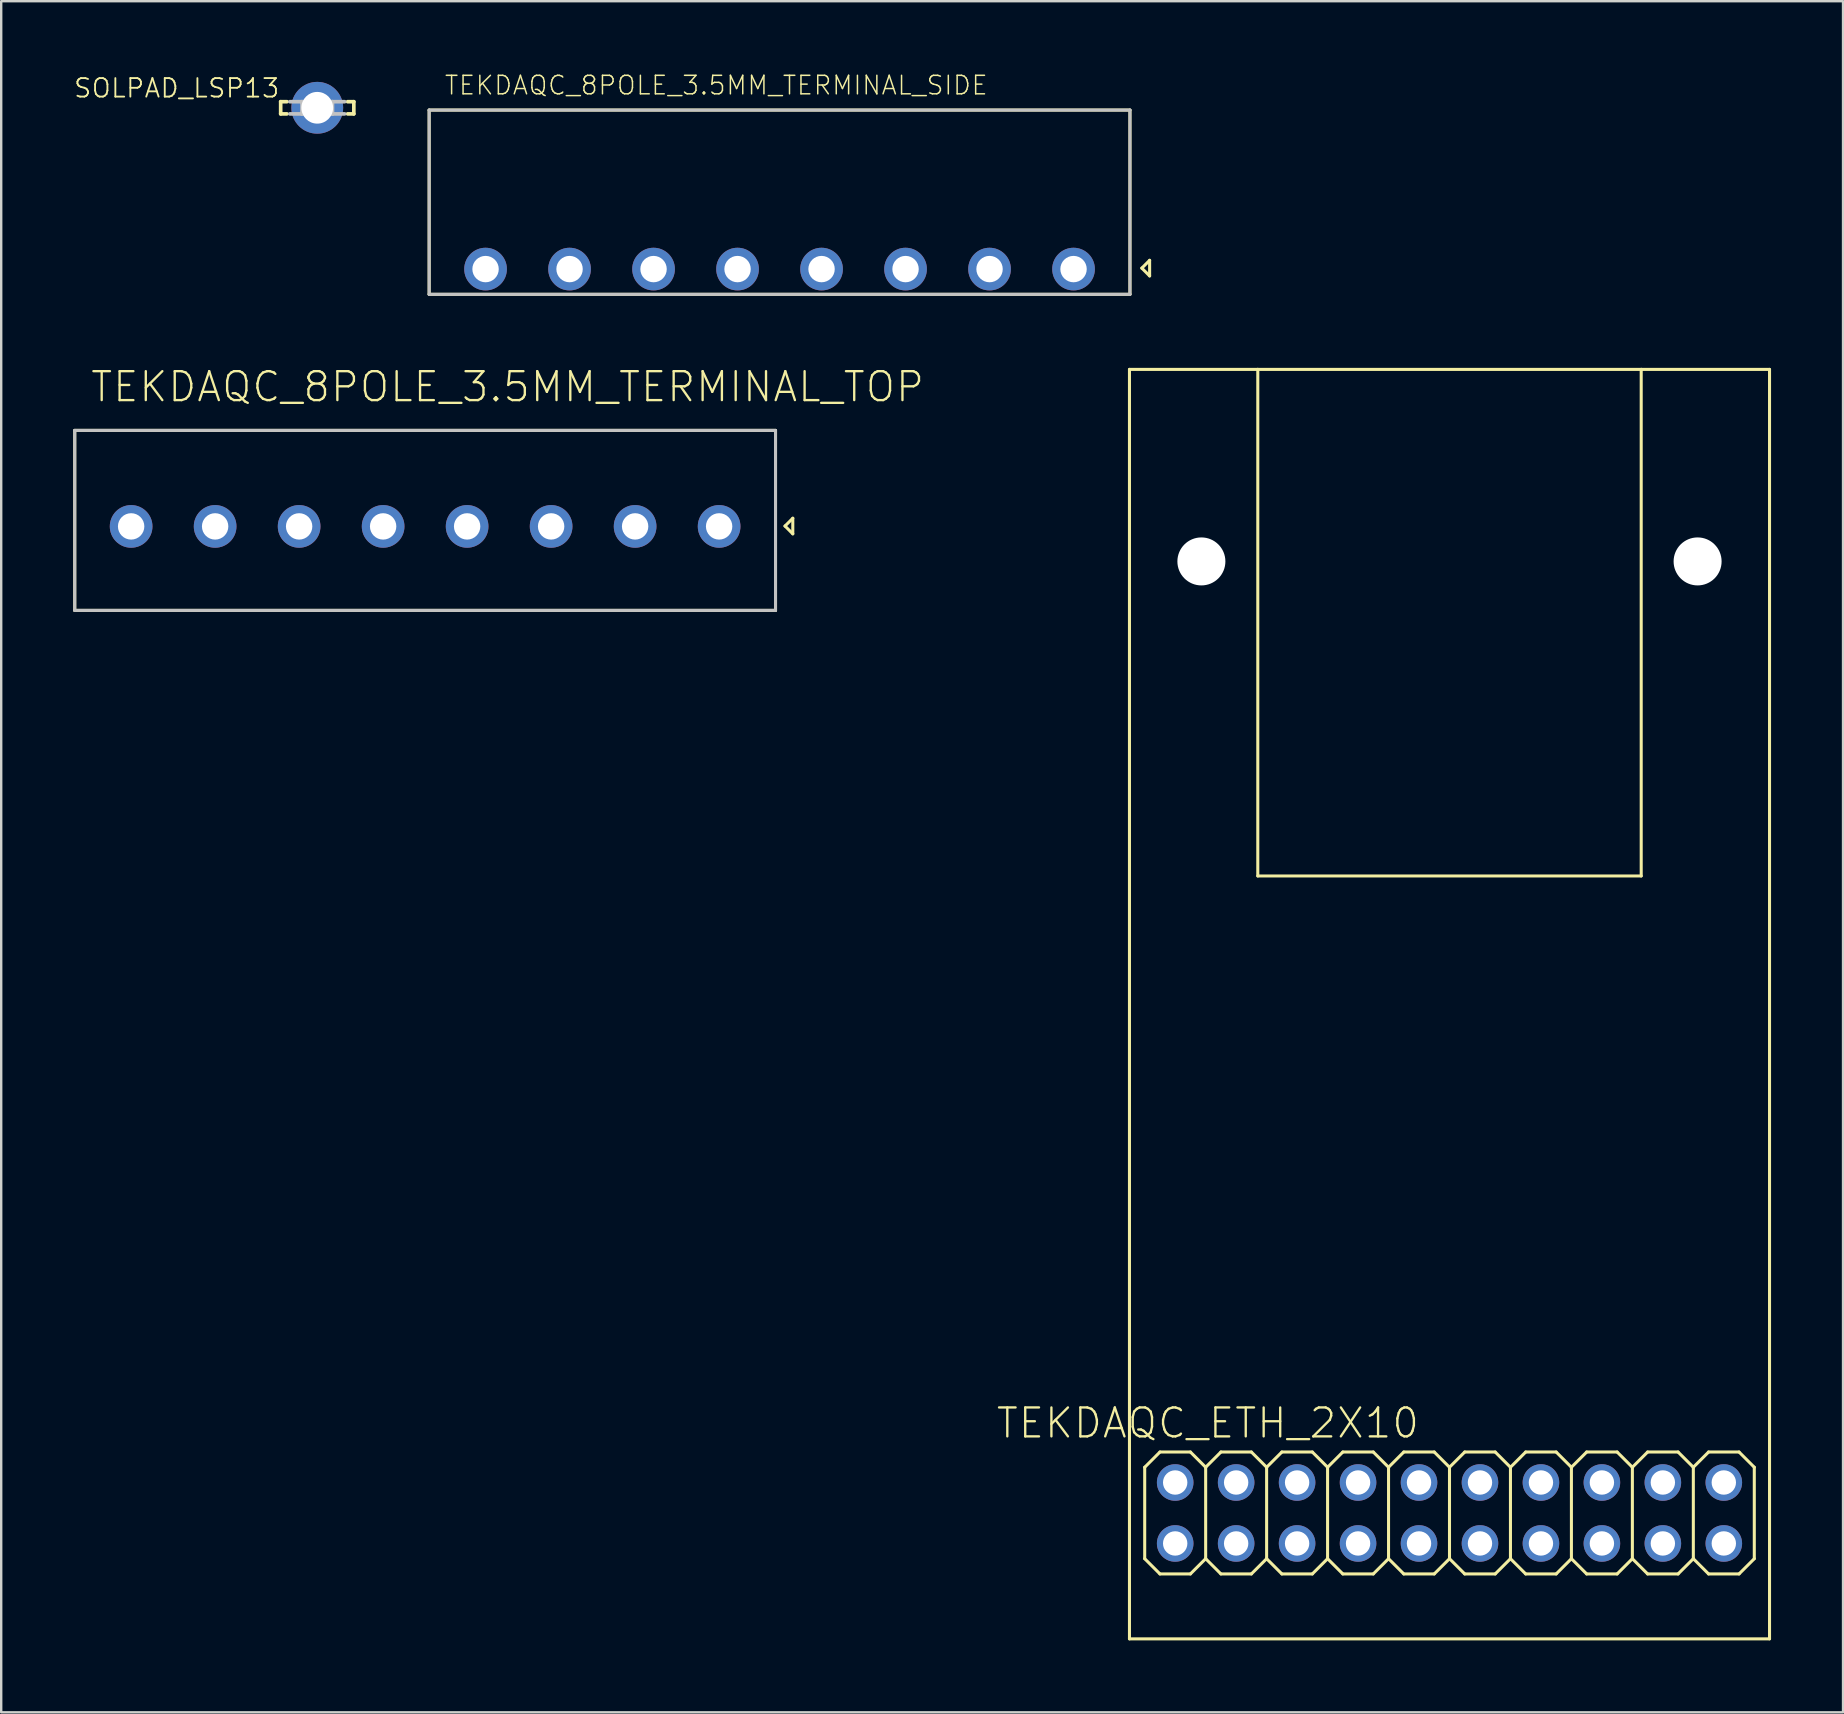
<source format=kicad_pcb>
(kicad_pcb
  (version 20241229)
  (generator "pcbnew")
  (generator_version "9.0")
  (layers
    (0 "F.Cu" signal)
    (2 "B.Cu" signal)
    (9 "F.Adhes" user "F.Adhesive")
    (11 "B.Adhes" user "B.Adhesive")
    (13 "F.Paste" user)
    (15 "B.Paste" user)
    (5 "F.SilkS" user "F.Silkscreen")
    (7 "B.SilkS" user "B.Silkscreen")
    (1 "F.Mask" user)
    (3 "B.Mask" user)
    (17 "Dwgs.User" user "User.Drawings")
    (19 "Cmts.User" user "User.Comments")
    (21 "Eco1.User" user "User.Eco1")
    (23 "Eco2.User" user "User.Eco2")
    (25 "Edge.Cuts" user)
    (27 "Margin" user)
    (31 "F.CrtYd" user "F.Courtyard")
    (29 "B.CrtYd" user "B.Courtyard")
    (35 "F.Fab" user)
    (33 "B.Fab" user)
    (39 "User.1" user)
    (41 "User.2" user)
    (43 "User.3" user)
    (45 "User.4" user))
  (footprint "TEKDAQC_ETH_2X10"
    (layer "F.Cu")
    (at 57.347 59.992)
    (property "Reference" "TEKDAQC_ETH_2X10" (at -1.19 -4.45 0) (layer "F.SilkS") (effects (font (size 1.206 1.206) (thickness 0.097)) (justify right top)))
    (attr through_hole)
    (fp_line (start -13.335 -47.65) (end -7.988 -47.65) (stroke (width 0.127) (type solid)) (layer "F.SilkS"))
    (fp_line (start -13.335 5.245) (end -13.335 -47.65) (stroke (width 0.127) (type solid)) (layer "F.SilkS"))
    (fp_line (start -13.335 5.245) (end 13.335 5.245) (stroke (width 0.127) (type solid)) (layer "F.SilkS"))
    (fp_line (start -12.7 -1.905) (end -12.7 1.905) (stroke (width 0.127) (type solid)) (layer "F.SilkS"))
    (fp_line (start -12.7 1.905) (end -12.065 2.54) (stroke (width 0.127) (type solid)) (layer "F.SilkS"))
    (fp_line (start -12.065 -2.54) (end -12.7 -1.905) (stroke (width 0.127) (type solid)) (layer "F.SilkS"))
    (fp_line (start -12.065 2.54) (end -10.795 2.54) (stroke (width 0.127) (type solid)) (layer "F.SilkS"))
    (fp_line (start -10.795 -2.54) (end -12.065 -2.54) (stroke (width 0.127) (type solid)) (layer "F.SilkS"))
    (fp_line (start -10.795 2.54) (end -10.16 1.905) (stroke (width 0.127) (type solid)) (layer "F.SilkS"))
    (fp_line (start -10.16 -1.905) (end -10.795 -2.54) (stroke (width 0.127) (type solid)) (layer "F.SilkS"))
    (fp_line (start -10.16 -1.905) (end -9.525 -2.54) (stroke (width 0.127) (type solid)) (layer "F.SilkS"))
    (fp_line (start -10.16 1.905) (end -10.16 -1.905) (stroke (width 0.127) (type solid)) (layer "F.SilkS"))
    (fp_line (start -9.525 -2.54) (end -8.255 -2.54) (stroke (width 0.127) (type solid)) (layer "F.SilkS"))
    (fp_line (start -9.525 2.54) (end -10.16 1.905) (stroke (width 0.127) (type solid)) (layer "F.SilkS"))
    (fp_line (start -8.255 -2.54) (end -7.62 -1.905) (stroke (width 0.127) (type solid)) (layer "F.SilkS"))
    (fp_line (start -8.255 2.54) (end -9.525 2.54) (stroke (width 0.127) (type solid)) (layer "F.SilkS"))
    (fp_line (start -7.988 -47.65) (end -7.988 -26.543) (stroke (width 0.127) (type solid)) (layer "F.SilkS"))
    (fp_line (start -7.988 -47.65) (end 7.988 -47.65) (stroke (width 0.127) (type solid)) (layer "F.SilkS"))
    (fp_line (start -7.988 -26.543) (end 7.988 -26.543) (stroke (width 0.127) (type solid)) (layer "F.SilkS"))
    (fp_line (start -7.62 -1.905) (end -7.62 1.905) (stroke (width 0.127) (type solid)) (layer "F.SilkS"))
    (fp_line (start -7.62 -1.905) (end -6.985 -2.54) (stroke (width 0.127) (type solid)) (layer "F.SilkS"))
    (fp_line (start -7.62 1.905) (end -8.255 2.54) (stroke (width 0.127) (type solid)) (layer "F.SilkS"))
    (fp_line (start -6.985 -2.54) (end -5.715 -2.54) (stroke (width 0.127) (type solid)) (layer "F.SilkS"))
    (fp_line (start -6.985 2.54) (end -7.62 1.905) (stroke (width 0.127) (type solid)) (layer "F.SilkS"))
    (fp_line (start -5.715 -2.54) (end -5.08 -1.905) (stroke (width 0.127) (type solid)) (layer "F.SilkS"))
    (fp_line (start -5.715 2.54) (end -6.985 2.54) (stroke (width 0.127) (type solid)) (layer "F.SilkS"))
    (fp_line (start -5.08 -1.905) (end -5.08 1.905) (stroke (width 0.127) (type solid)) (layer "F.SilkS"))
    (fp_line (start -5.08 -1.905) (end -4.445 -2.54) (stroke (width 0.127) (type solid)) (layer "F.SilkS"))
    (fp_line (start -5.08 1.905) (end -5.715 2.54) (stroke (width 0.127) (type solid)) (layer "F.SilkS"))
    (fp_line (start -4.445 -2.54) (end -3.175 -2.54) (stroke (width 0.127) (type solid)) (layer "F.SilkS"))
    (fp_line (start -4.445 2.54) (end -5.08 1.905) (stroke (width 0.127) (type solid)) (layer "F.SilkS"))
    (fp_line (start -3.175 -2.54) (end -2.54 -1.905) (stroke (width 0.127) (type solid)) (layer "F.SilkS"))
    (fp_line (start -3.175 2.54) (end -4.445 2.54) (stroke (width 0.127) (type solid)) (layer "F.SilkS"))
    (fp_line (start -2.54 -1.905) (end -2.54 1.905) (stroke (width 0.127) (type solid)) (layer "F.SilkS"))
    (fp_line (start -2.54 -1.905) (end -1.905 -2.54) (stroke (width 0.127) (type solid)) (layer "F.SilkS"))
    (fp_line (start -2.54 1.905) (end -3.175 2.54) (stroke (width 0.127) (type solid)) (layer "F.SilkS"))
    (fp_line (start -1.905 -2.54) (end -0.635 -2.54) (stroke (width 0.127) (type solid)) (layer "F.SilkS"))
    (fp_line (start -1.905 2.54) (end -2.54 1.905) (stroke (width 0.127) (type solid)) (layer "F.SilkS"))
    (fp_line (start -0.635 -2.54) (end 0 -1.905) (stroke (width 0.127) (type solid)) (layer "F.SilkS"))
    (fp_line (start -0.635 2.54) (end -1.905 2.54) (stroke (width 0.127) (type solid)) (layer "F.SilkS"))
    (fp_line (start 0 -1.905) (end 0 1.905) (stroke (width 0.127) (type solid)) (layer "F.SilkS"))
    (fp_line (start 0 -1.905) (end 0.635 -2.54) (stroke (width 0.127) (type solid)) (layer "F.SilkS"))
    (fp_line (start 0 1.905) (end -0.635 2.54) (stroke (width 0.127) (type solid)) (layer "F.SilkS"))
    (fp_line (start 0.635 -2.54) (end 1.905 -2.54) (stroke (width 0.127) (type solid)) (layer "F.SilkS"))
    (fp_line (start 0.635 2.54) (end 0 1.905) (stroke (width 0.127) (type solid)) (layer "F.SilkS"))
    (fp_line (start 1.905 -2.54) (end 2.54 -1.905) (stroke (width 0.127) (type solid)) (layer "F.SilkS"))
    (fp_line (start 1.905 2.54) (end 0.635 2.54) (stroke (width 0.127) (type solid)) (layer "F.SilkS"))
    (fp_line (start 2.54 -1.905) (end 2.54 1.905) (stroke (width 0.127) (type solid)) (layer "F.SilkS"))
    (fp_line (start 2.54 -1.905) (end 3.175 -2.54) (stroke (width 0.127) (type solid)) (layer "F.SilkS"))
    (fp_line (start 2.54 1.905) (end 1.905 2.54) (stroke (width 0.127) (type solid)) (layer "F.SilkS"))
    (fp_line (start 3.175 -2.54) (end 4.445 -2.54) (stroke (width 0.127) (type solid)) (layer "F.SilkS"))
    (fp_line (start 3.175 2.54) (end 2.54 1.905) (stroke (width 0.127) (type solid)) (layer "F.SilkS"))
    (fp_line (start 4.445 -2.54) (end 5.08 -1.905) (stroke (width 0.127) (type solid)) (layer "F.SilkS"))
    (fp_line (start 4.445 2.54) (end 3.175 2.54) (stroke (width 0.127) (type solid)) (layer "F.SilkS"))
    (fp_line (start 5.08 -1.905) (end 5.08 1.905) (stroke (width 0.127) (type solid)) (layer "F.SilkS"))
    (fp_line (start 5.08 -1.905) (end 5.715 -2.54) (stroke (width 0.127) (type solid)) (layer "F.SilkS"))
    (fp_line (start 5.08 1.905) (end 4.445 2.54) (stroke (width 0.127) (type solid)) (layer "F.SilkS"))
    (fp_line (start 5.715 -2.54) (end 6.985 -2.54) (stroke (width 0.127) (type solid)) (layer "F.SilkS"))
    (fp_line (start 5.715 2.54) (end 5.08 1.905) (stroke (width 0.127) (type solid)) (layer "F.SilkS"))
    (fp_line (start 6.985 -2.54) (end 7.62 -1.905) (stroke (width 0.127) (type solid)) (layer "F.SilkS"))
    (fp_line (start 6.985 2.54) (end 5.715 2.54) (stroke (width 0.127) (type solid)) (layer "F.SilkS"))
    (fp_line (start 7.62 -1.905) (end 7.62 1.905) (stroke (width 0.127) (type solid)) (layer "F.SilkS"))
    (fp_line (start 7.62 -1.905) (end 8.255 -2.54) (stroke (width 0.127) (type solid)) (layer "F.SilkS"))
    (fp_line (start 7.62 1.905) (end 6.985 2.54) (stroke (width 0.127) (type solid)) (layer "F.SilkS"))
    (fp_line (start 7.988 -47.65) (end 13.335 -47.65) (stroke (width 0.127) (type solid)) (layer "F.SilkS"))
    (fp_line (start 7.988 -26.543) (end 7.988 -47.65) (stroke (width 0.127) (type solid)) (layer "F.SilkS"))
    (fp_line (start 8.255 -2.54) (end 9.525 -2.54) (stroke (width 0.127) (type solid)) (layer "F.SilkS"))
    (fp_line (start 8.255 2.54) (end 7.62 1.905) (stroke (width 0.127) (type solid)) (layer "F.SilkS"))
    (fp_line (start 9.525 -2.54) (end 10.16 -1.905) (stroke (width 0.127) (type solid)) (layer "F.SilkS"))
    (fp_line (start 9.525 2.54) (end 8.255 2.54) (stroke (width 0.127) (type solid)) (layer "F.SilkS"))
    (fp_line (start 10.16 -1.905) (end 10.16 1.905) (stroke (width 0.127) (type solid)) (layer "F.SilkS"))
    (fp_line (start 10.16 -1.905) (end 10.795 -2.54) (stroke (width 0.127) (type solid)) (layer "F.SilkS"))
    (fp_line (start 10.16 1.905) (end 9.525 2.54) (stroke (width 0.127) (type solid)) (layer "F.SilkS"))
    (fp_line (start 10.795 -2.54) (end 12.065 -2.54) (stroke (width 0.127) (type solid)) (layer "F.SilkS"))
    (fp_line (start 10.795 2.54) (end 10.16 1.905) (stroke (width 0.127) (type solid)) (layer "F.SilkS"))
    (fp_line (start 12.065 -2.54) (end 12.7 -1.905) (stroke (width 0.127) (type solid)) (layer "F.SilkS"))
    (fp_line (start 12.065 2.54) (end 10.795 2.54) (stroke (width 0.127) (type solid)) (layer "F.SilkS"))
    (fp_line (start 12.7 -1.905) (end 12.7 1.905) (stroke (width 0.127) (type solid)) (layer "F.SilkS"))
    (fp_line (start 12.7 1.905) (end 12.065 2.54) (stroke (width 0.127) (type solid)) (layer "F.SilkS"))
    (fp_line (start 13.335 -47.65) (end 13.335 5.245) (stroke (width 0.127) (type solid)) (layer "F.SilkS"))
    (pad "" np_thru_hole circle (at -10.338 -39.649 270) (size 2 2) (drill 2) (layers "*.Cu"))
    (pad "" np_thru_hole circle (at 10.338 -39.649 270) (size 2 2) (drill 2) (layers "*.Cu"))
    (pad "1" thru_hole circle (at -11.43 1.27 270) (size 1.524 1.524) (drill 1.016) (layers "*.Cu" "*.Mask"))
    (pad "2" thru_hole circle (at -11.43 -1.27 270) (size 1.524 1.524) (drill 1.016) (layers "*.Cu" "*.Mask"))
    (pad "3" thru_hole circle (at -8.89 1.27 270) (size 1.524 1.524) (drill 1.016) (layers "*.Cu" "*.Mask"))
    (pad "4" thru_hole circle (at -8.89 -1.27 270) (size 1.524 1.524) (drill 1.016) (layers "*.Cu" "*.Mask"))
    (pad "5" thru_hole circle (at -6.35 1.27 270) (size 1.524 1.524) (drill 1.016) (layers "*.Cu" "*.Mask"))
    (pad "6" thru_hole circle (at -6.35 -1.27 270) (size 1.524 1.524) (drill 1.016) (layers "*.Cu" "*.Mask"))
    (pad "7" thru_hole circle (at -3.81 1.27 270) (size 1.524 1.524) (drill 1.016) (layers "*.Cu" "*.Mask"))
    (pad "8" thru_hole circle (at -3.81 -1.27 270) (size 1.524 1.524) (drill 1.016) (layers "*.Cu" "*.Mask"))
    (pad "9" thru_hole circle (at -1.27 1.27 270) (size 1.524 1.524) (drill 1.016) (layers "*.Cu" "*.Mask"))
    (pad "10" thru_hole circle (at -1.27 -1.27 270) (size 1.524 1.524) (drill 1.016) (layers "*.Cu" "*.Mask"))
    (pad "11" thru_hole circle (at 1.27 1.27 270) (size 1.524 1.524) (drill 1.016) (layers "*.Cu" "*.Mask"))
    (pad "12" thru_hole circle (at 1.27 -1.27 270) (size 1.524 1.524) (drill 1.016) (layers "*.Cu" "*.Mask"))
    (pad "13" thru_hole circle (at 3.81 1.27 270) (size 1.524 1.524) (drill 1.016) (layers "*.Cu" "*.Mask"))
    (pad "14" thru_hole circle (at 3.81 -1.27 270) (size 1.524 1.524) (drill 1.016) (layers "*.Cu" "*.Mask"))
    (pad "15" thru_hole circle (at 6.35 1.27 270) (size 1.524 1.524) (drill 1.016) (layers "*.Cu" "*.Mask"))
    (pad "16" thru_hole circle (at 6.35 -1.27 270) (size 1.524 1.524) (drill 1.016) (layers "*.Cu" "*.Mask"))
    (pad "17" thru_hole circle (at 8.89 1.27 270) (size 1.524 1.524) (drill 1.016) (layers "*.Cu" "*.Mask"))
    (pad "18" thru_hole circle (at 8.89 -1.27 270) (size 1.524 1.524) (drill 1.016) (layers "*.Cu" "*.Mask"))
    (pad "19" thru_hole circle (at 11.43 1.27 270) (size 1.524 1.524) (drill 1.016) (layers "*.Cu" "*.Mask"))
    (pad "20" thru_hole circle (at 11.43 -1.27 270) (size 1.524 1.524) (drill 1.016) (layers "*.Cu" "*.Mask")))
  (footprint "SOLPAD_LSP13"
    (layer "F.Cu")
    (at 10.169 1.441)
    (property "Reference" "SOLPAD_LSP13" (at -1.524 -1.27 0) (layer "F.SilkS") (effects (font (size 0.772 0.772) (thickness 0.077)) (justify right top)))
    (attr through_hole)
    (fp_line (start -1.524 -0.254) (end -1.524 0.254) (stroke (width 0.152) (type solid)) (layer "F.SilkS"))
    (fp_line (start -1.524 -0.254) (end -1.263 -0.254) (stroke (width 0.152) (type solid)) (layer "F.SilkS"))
    (fp_line (start -1.524 0.254) (end -1.263 0.254) (stroke (width 0.152) (type solid)) (layer "F.SilkS"))
    (fp_line (start 1.524 -0.254) (end 1.263 -0.254) (stroke (width 0.152) (type solid)) (layer "F.SilkS"))
    (fp_line (start 1.524 -0.254) (end 1.524 0.254) (stroke (width 0.152) (type solid)) (layer "F.SilkS"))
    (fp_line (start 1.524 0.254) (end 1.263 0.254) (stroke (width 0.152) (type solid)) (layer "F.SilkS"))
    (fp_line (start -1.143 0.254) (end -0.635 0.254) (stroke (width 0.152) (type solid)) (layer "Dwgs.User"))
    (fp_line (start -0.635 -0.254) (end -1.143 -0.254) (stroke (width 0.152) (type solid)) (layer "Dwgs.User"))
    (fp_line (start -0.635 -0.254) (end -0.635 0.254) (stroke (width 0.152) (type solid)) (layer "Dwgs.User"))
    (fp_line (start -0.635 0.254) (end 0.635 0.254) (stroke (width 0.152) (type solid)) (layer "Dwgs.User"))
    (fp_line (start 0.635 -0.254) (end -0.635 -0.254) (stroke (width 0.152) (type solid)) (layer "Dwgs.User"))
    (fp_line (start 0.635 -0.254) (end 0.635 0.254) (stroke (width 0.152) (type solid)) (layer "Dwgs.User"))
    (fp_line (start 0.635 0.254) (end 1.143 0.254) (stroke (width 0.152) (type solid)) (layer "Dwgs.User"))
    (fp_line (start 1.143 -0.254) (end 0.635 -0.254) (stroke (width 0.152) (type solid)) (layer "Dwgs.User"))
    (pad "MP" thru_hole circle (at 0 0) (size 2.159 2.159) (drill 1.321) (layers "*.Cu" "*.Mask")))
  (footprint "TEKDAQC_8POLE_3.5MM_TERMINAL_SIDE"
    (layer "F.Cu")
    (at 29.432 5.537)
    (property "Reference" "TEKDAQC_8POLE_3.5MM_TERMINAL_SIDE" (at -14 -4.58 0) (layer "F.SilkS") (effects (font (size 0.772 0.772) (thickness 0.062)) (justify left bottom)))
    (attr through_hole)
    (fp_line (start -14.6 -4) (end -14.6 3.677) (stroke (width 0.127) (type solid)) (layer "F.SilkS"))
    (fp_line (start -14.6 3.677) (end 14.6 3.677) (stroke (width 0.127) (type solid)) (layer "F.SilkS"))
    (fp_line (start 14.6 -4) (end -14.6 -4) (stroke (width 0.127) (type solid)) (layer "F.SilkS"))
    (fp_line (start 14.6 3.677) (end 14.6 -4) (stroke (width 0.127) (type solid)) (layer "F.SilkS"))
    (fp_line (start 15.095 2.585) (end 15.42 2.91) (stroke (width 0.127) (type solid)) (layer "F.SilkS"))
    (fp_line (start 15.42 2.26) (end 15.095 2.585) (stroke (width 0.127) (type solid)) (layer "F.SilkS"))
    (fp_line (start 15.42 2.91) (end 15.42 2.26) (stroke (width 0.127) (type solid)) (layer "F.SilkS"))
    (fp_line (start -14.6 -4) (end -14.6 3.677) (stroke (width 0.127) (type solid)) (layer "Dwgs.User"))
    (fp_line (start -14.6 3.677) (end 14.6 3.677) (stroke (width 0.127) (type solid)) (layer "Dwgs.User"))
    (fp_line (start 14.6 -4) (end -14.6 -4) (stroke (width 0.127) (type solid)) (layer "Dwgs.User"))
    (fp_line (start 14.6 3.677) (end 14.6 -4) (stroke (width 0.127) (type solid)) (layer "Dwgs.User"))
    (pad "1" thru_hole circle (at 12.25 2.625) (size 1.778 1.778) (drill 1.1) (layers "*.Cu" "*.Mask"))
    (pad "2" thru_hole circle (at 8.75 2.625) (size 1.778 1.778) (drill 1.1) (layers "*.Cu" "*.Mask"))
    (pad "3" thru_hole circle (at 5.25 2.625) (size 1.778 1.778) (drill 1.1) (layers "*.Cu" "*.Mask"))
    (pad "4" thru_hole circle (at 1.75 2.625) (size 1.778 1.778) (drill 1.1) (layers "*.Cu" "*.Mask"))
    (pad "5" thru_hole circle (at -1.75 2.625) (size 1.778 1.778) (drill 1.1) (layers "*.Cu" "*.Mask"))
    (pad "6" thru_hole circle (at -5.25 2.625) (size 1.778 1.778) (drill 1.1) (layers "*.Cu" "*.Mask"))
    (pad "7" thru_hole circle (at -8.75 2.625) (size 1.778 1.778) (drill 1.1) (layers "*.Cu" "*.Mask"))
    (pad "8" thru_hole circle (at -12.25 2.625) (size 1.778 1.778) (drill 1.1) (layers "*.Cu" "*.Mask")))
  (footprint "TEKDAQC_8POLE_3.5MM_TERMINAL_TOP"
    (layer "F.Cu")
    (at 14.664 18.884)
    (property "Reference" "TEKDAQC_8POLE_3.5MM_TERMINAL_TOP" (at -14 -5.11 0) (layer "F.SilkS") (effects (font (size 1.206 1.206) (thickness 0.097)) (justify left bottom)))
    (attr through_hole)
    (fp_line (start -14.6 -4) (end -14.6 3.5) (stroke (width 0.127) (type solid)) (layer "F.SilkS"))
    (fp_line (start -14.6 3.5) (end 14.6 3.5) (stroke (width 0.127) (type solid)) (layer "F.SilkS"))
    (fp_line (start 14.6 -4) (end -14.6 -4) (stroke (width 0.127) (type solid)) (layer "F.SilkS"))
    (fp_line (start 14.6 3.5) (end 14.6 -4) (stroke (width 0.127) (type solid)) (layer "F.SilkS"))
    (fp_line (start 14.995 -0.015) (end 15.32 0.31) (stroke (width 0.127) (type solid)) (layer "F.SilkS"))
    (fp_line (start 15.32 -0.34) (end 14.995 -0.015) (stroke (width 0.127) (type solid)) (layer "F.SilkS"))
    (fp_line (start 15.32 0.31) (end 15.32 -0.34) (stroke (width 0.127) (type solid)) (layer "F.SilkS"))
    (fp_line (start -14.6 -4) (end -14.6 3.5) (stroke (width 0.127) (type solid)) (layer "Dwgs.User"))
    (fp_line (start -14.6 3.5) (end 14.6 3.5) (stroke (width 0.127) (type solid)) (layer "Dwgs.User"))
    (fp_line (start 14.6 -4) (end -14.6 -4) (stroke (width 0.127) (type solid)) (layer "Dwgs.User"))
    (fp_line (start 14.6 3.5) (end 14.6 -4) (stroke (width 0.127) (type solid)) (layer "Dwgs.User"))
    (pad "1" thru_hole circle (at 12.25 0) (size 1.778 1.778) (drill 1.1) (layers "*.Cu" "*.Mask"))
    (pad "2" thru_hole circle (at 8.75 0) (size 1.778 1.778) (drill 1.1) (layers "*.Cu" "*.Mask"))
    (pad "3" thru_hole circle (at 5.25 0) (size 1.778 1.778) (drill 1.1) (layers "*.Cu" "*.Mask"))
    (pad "4" thru_hole circle (at 1.75 0) (size 1.778 1.778) (drill 1.1) (layers "*.Cu" "*.Mask"))
    (pad "5" thru_hole circle (at -1.75 0) (size 1.778 1.778) (drill 1.1) (layers "*.Cu" "*.Mask"))
    (pad "6" thru_hole circle (at -5.25 0) (size 1.778 1.778) (drill 1.1) (layers "*.Cu" "*.Mask"))
    (pad "7" thru_hole circle (at -8.75 0) (size 1.778 1.778) (drill 1.1) (layers "*.Cu" "*.Mask"))
    (pad "8" thru_hole circle (at -12.25 0) (size 1.778 1.778) (drill 1.1) (layers "*.Cu" "*.Mask")))
  (gr_rect
    (start -3 -3)
    (end 73.745 68.3)
    (stroke (width 0.1) (type default))
    (fill no)
    (layer "Edge.Cuts")))
</source>
